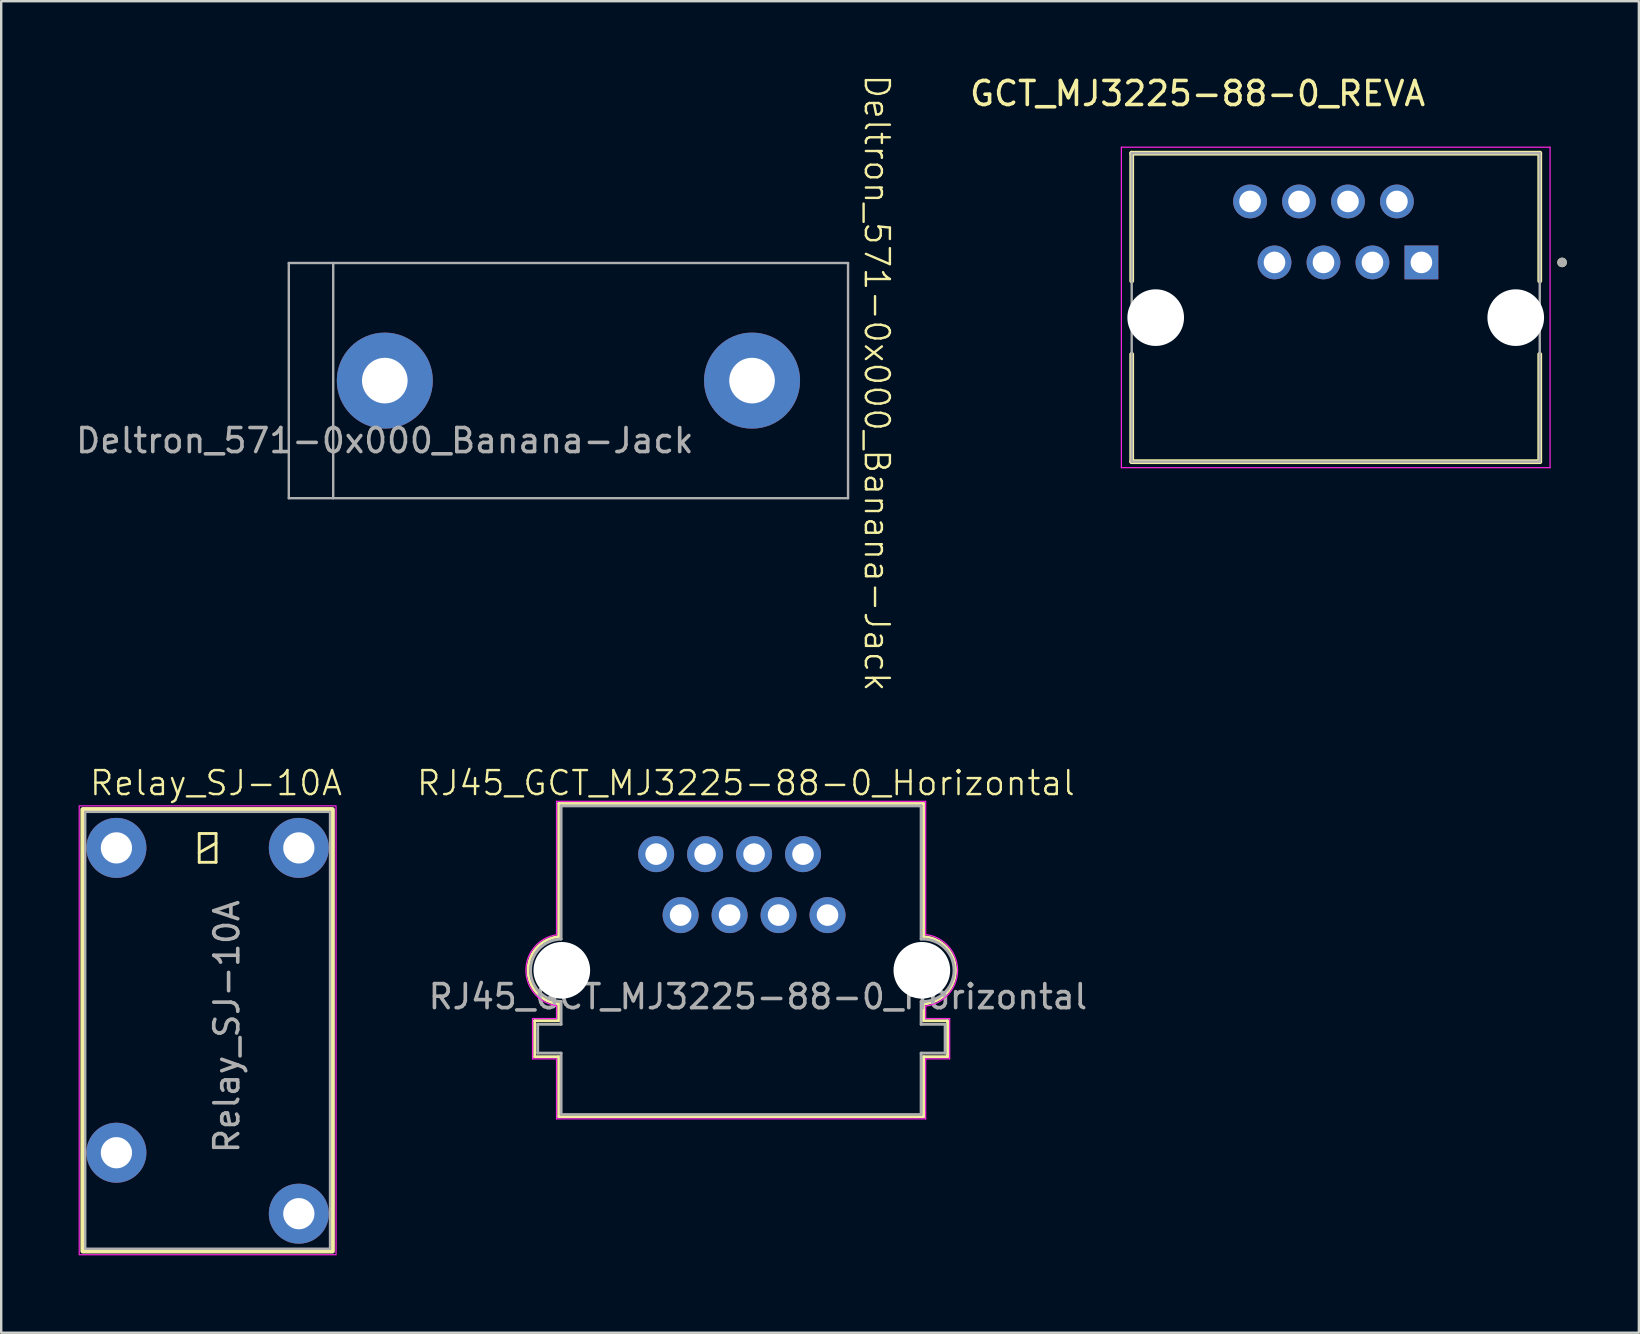
<source format=kicad_pcb>
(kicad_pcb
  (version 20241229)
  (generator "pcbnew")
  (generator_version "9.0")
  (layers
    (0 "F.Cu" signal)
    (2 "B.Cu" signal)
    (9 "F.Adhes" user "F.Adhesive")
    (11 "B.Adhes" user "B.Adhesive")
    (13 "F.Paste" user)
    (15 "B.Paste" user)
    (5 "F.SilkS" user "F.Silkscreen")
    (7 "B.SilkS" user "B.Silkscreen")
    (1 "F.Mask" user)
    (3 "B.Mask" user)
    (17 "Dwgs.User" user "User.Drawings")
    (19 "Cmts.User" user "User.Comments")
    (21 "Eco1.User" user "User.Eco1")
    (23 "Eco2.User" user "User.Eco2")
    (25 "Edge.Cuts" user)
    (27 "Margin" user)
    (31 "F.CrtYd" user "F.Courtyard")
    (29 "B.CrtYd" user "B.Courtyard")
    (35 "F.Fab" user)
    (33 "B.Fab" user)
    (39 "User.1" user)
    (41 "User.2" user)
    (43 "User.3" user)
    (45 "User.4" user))
  (footprint "Relay_SJ-10A"
    (layer "F.Cu")
    (at 0.25 49.225)
    (property "Reference" "Relay_SJ-10A" (at 5.7 -19.65 0) (unlocked yes) (layer "F.SilkS") (effects (font (size 1 1) (thickness 0.1))))
    (attr through_hole)
    (fp_line (start 5 -17.55) (end 5 -16.35) (stroke (width 0.12) (type solid)) (layer "F.SilkS"))
    (fp_line (start 5 -16.75) (end 5.7 -17.15) (stroke (width 0.12) (type solid)) (layer "F.SilkS"))
    (fp_line (start 5 -16.35) (end 5.7 -16.35) (stroke (width 0.12) (type solid)) (layer "F.SilkS"))
    (fp_line (start 5.7 -17.55) (end 5 -17.55) (stroke (width 0.12) (type solid)) (layer "F.SilkS"))
    (fp_line (start 5.7 -16.35) (end 5.7 -17.55) (stroke (width 0.12) (type solid)) (layer "F.SilkS"))
    (fp_rect (start 0.15 -18.55) (end 10.55 -0.15) (stroke (width 0.2) (type default)) (fill no) (layer "F.SilkS"))
    (fp_rect (start 0 -18.7) (end 10.7 0) (stroke (width 0.05) (type default)) (fill no) (layer "F.CrtYd"))
    (fp_line (start 0.25 -18.45) (end 0.25 -0.25) (stroke (width 0.1) (type solid)) (layer "F.Fab"))
    (fp_line (start 10.45 -18.45) (end 0.25 -18.45) (stroke (width 0.1) (type solid)) (layer "F.Fab"))
    (fp_line (start 10.45 -0.25) (end 0.25 -0.25) (stroke (width 0.1) (type solid)) (layer "F.Fab"))
    (fp_line (start 10.45 -0.25) (end 10.45 -18.45) (stroke (width 0.1) (type solid)) (layer "F.Fab"))
    (fp_text user "${REFERENCE}" (at 6.15 -9.5 90) (unlocked yes) (layer "F.Fab") (effects (font (size 1 1) (thickness 0.15))))
    (pad "13" thru_hole oval (at 1.55 -4.25) (size 2.5 2.5) (drill 1.3) (layers "*.Cu" "*.Mask"))
    (pad "14" thru_hole oval (at 9.15 -1.71) (size 2.5 2.5) (drill 1.3) (layers "*.Cu" "*.Mask"))
    (pad "A1" thru_hole circle (at 1.55 -16.95) (size 2.5 2.5) (drill 1.3) (layers "*.Cu" "*.Mask"))
    (pad "A2" thru_hole oval (at 9.15 -16.95) (size 2.5 2.5) (drill 1.3) (layers "*.Cu" "*.Mask")))
  (footprint "GCT_MJ3225-88-0_REVA"
    (layer "F.Cu")
    (at 52.599 9.758)
    (property "Reference" "GCT_MJ3225-88-0_REVA" (at -5.755 -8.91 0) (layer "F.SilkS") (effects (font (size 1 1) (thickness 0.15))))
    (attr through_hole)
    (fp_line (start -8.5 -6.425) (end -8.5 -1.105) (stroke (width 0.2) (type solid)) (layer "F.SilkS"))
    (fp_line (start -8.5 -6.425) (end 8.5 -6.425) (stroke (width 0.2) (type solid)) (layer "F.SilkS"))
    (fp_line (start -8.5 1.955) (end -8.5 6.425) (stroke (width 0.2) (type solid)) (layer "F.SilkS"))
    (fp_line (start -8.5 6.425) (end 8.5 6.425) (stroke (width 0.2) (type solid)) (layer "F.SilkS"))
    (fp_line (start 8.5 -6.425) (end 8.5 -1.105) (stroke (width 0.2) (type solid)) (layer "F.SilkS"))
    (fp_line (start 8.5 1.955) (end 8.5 6.425) (stroke (width 0.2) (type solid)) (layer "F.SilkS"))
    (fp_circle (center 9.43 -1.875) (end 9.53 -1.875) (stroke (width 0.2) (type solid)) (fill no) (layer "F.SilkS"))
    (fp_line (start -8.93 -6.675) (end -8.93 6.675) (stroke (width 0.05) (type solid)) (layer "F.CrtYd"))
    (fp_line (start -8.93 6.675) (end 8.93 6.675) (stroke (width 0.05) (type solid)) (layer "F.CrtYd"))
    (fp_line (start 8.93 -6.675) (end -8.93 -6.675) (stroke (width 0.05) (type solid)) (layer "F.CrtYd"))
    (fp_line (start 8.93 6.675) (end 8.93 -6.675) (stroke (width 0.05) (type solid)) (layer "F.CrtYd"))
    (fp_line (start -8.5 -6.425) (end -8.5 6.425) (stroke (width 0.1) (type solid)) (layer "F.Fab"))
    (fp_line (start -8.5 -6.425) (end 8.5 -6.425) (stroke (width 0.1) (type solid)) (layer "F.Fab"))
    (fp_line (start -8.5 6.425) (end 8.5 6.425) (stroke (width 0.1) (type solid)) (layer "F.Fab"))
    (fp_line (start 8.5 -6.425) (end 8.5 6.425) (stroke (width 0.1) (type solid)) (layer "F.Fab"))
    (fp_circle (center 9.43 -1.875) (end 9.53 -1.875) (stroke (width 0.2) (type solid)) (fill no) (layer "F.Fab"))
    (pad "" np_thru_hole circle (at -7.5 0.425) (size 2.36 2.36) (drill 2.36) (layers "*.Cu" "*.Mask"))
    (pad "" np_thru_hole circle (at 7.5 0.425) (size 2.36 2.36) (drill 2.36) (layers "*.Cu" "*.Mask"))
    (pad "1" thru_hole rect (at 3.57 -1.875) (size 1.408 1.408) (drill 0.9) (layers "*.Cu" "*.Mask"))
    (pad "2" thru_hole circle (at 2.55 -4.415) (size 1.408 1.408) (drill 0.9) (layers "*.Cu" "*.Mask"))
    (pad "3" thru_hole circle (at 1.53 -1.875) (size 1.408 1.408) (drill 0.9) (layers "*.Cu" "*.Mask"))
    (pad "4" thru_hole circle (at 0.51 -4.415) (size 1.408 1.408) (drill 0.9) (layers "*.Cu" "*.Mask"))
    (pad "5" thru_hole circle (at -0.51 -1.875) (size 1.408 1.408) (drill 0.9) (layers "*.Cu" "*.Mask"))
    (pad "6" thru_hole circle (at -1.53 -4.415) (size 1.408 1.408) (drill 0.9) (layers "*.Cu" "*.Mask"))
    (pad "7" thru_hole circle (at -2.55 -1.875) (size 1.408 1.408) (drill 0.9) (layers "*.Cu" "*.Mask"))
    (pad "8" thru_hole circle (at -3.57 -4.415) (size 1.408 1.408) (drill 0.9) (layers "*.Cu" "*.Mask")))
  (footprint "Deltron_571-0x000_Banana-Jack"
    (layer "F.Cu")
    (at 12.982 12.807)
    (property "Reference" "Deltron_571-0x000_Banana-Jack" (at 20.5 0.1 270) (unlocked yes) (layer "F.SilkS") (effects (font (size 1 1) (thickness 0.1))))
    (attr through_hole)
    (fp_line (start -4 -4.9) (end 19.3 -4.9) (stroke (width 0.1) (type default)) (layer "F.Fab"))
    (fp_line (start -4 4.9) (end -4 -4.9) (stroke (width 0.1) (type default)) (layer "F.Fab"))
    (fp_line (start -2.15 4.9) (end -2.15 -4.9) (stroke (width 0.1) (type default)) (layer "F.Fab"))
    (fp_line (start 19.3 -4.9) (end 19.3 4.9) (stroke (width 0.1) (type default)) (layer "F.Fab"))
    (fp_line (start 19.3 4.9) (end -4 4.9) (stroke (width 0.1) (type default)) (layer "F.Fab"))
    (fp_text user "${REFERENCE}" (at 0 2.5 0) (unlocked yes) (layer "F.Fab") (effects (font (size 1 1) (thickness 0.15))))
    (pad "1" thru_hole circle (at 0 0) (size 4 4) (drill 1.9) (layers "*.Cu" "*.Mask"))
    (pad "1" thru_hole circle (at 15.3 0) (size 4 4) (drill 1.9) (layers "*.Cu" "*.Mask")))
  (footprint "RJ45_GCT_MJ3225-88-0_Horizontal"
    (layer "F.Cu")
    (at 31.426 35.075)
    (property "Reference" "RJ45_GCT_MJ3225-88-0_Horizontal" (at -3.4 -5.5 0) (unlocked yes) (layer "F.SilkS") (effects (font (size 1 1) (thickness 0.1))))
    (attr through_hole)
    (fp_line (start -12.2 4.4) (end -12.2 5.9) (stroke (width 0.12) (type solid)) (layer "F.SilkS"))
    (fp_line (start -11.2 -4.65) (end -11.2 0.9) (stroke (width 0.12) (type solid)) (layer "F.SilkS"))
    (fp_line (start -11.2 -4.65) (end 4 -4.65) (stroke (width 0.12) (type solid)) (layer "F.SilkS"))
    (fp_line (start -11.2 3.7) (end -11.2 4.4) (stroke (width 0.12) (type solid)) (layer "F.SilkS"))
    (fp_line (start -11.2 4.4) (end -12.2 4.4) (stroke (width 0.12) (type solid)) (layer "F.SilkS"))
    (fp_line (start -11.2 5.9) (end -12.2 5.9) (stroke (width 0.12) (type solid)) (layer "F.SilkS"))
    (fp_line (start -11.2 8.4) (end -11.2 5.9) (stroke (width 0.12) (type solid)) (layer "F.SilkS"))
    (fp_line (start 4 -4.65) (end 4 0.9) (stroke (width 0.12) (type solid)) (layer "F.SilkS"))
    (fp_line (start 4 3.7) (end 4 4.4) (stroke (width 0.12) (type solid)) (layer "F.SilkS"))
    (fp_line (start 4 4.4) (end 5 4.4) (stroke (width 0.12) (type solid)) (layer "F.SilkS"))
    (fp_line (start 4 5.9) (end 5 5.9) (stroke (width 0.12) (type solid)) (layer "F.SilkS"))
    (fp_line (start 4 8.4) (end -11.2 8.4) (stroke (width 0.12) (type solid)) (layer "F.SilkS"))
    (fp_line (start 4 8.4) (end 4 5.9) (stroke (width 0.12) (type solid)) (layer "F.SilkS"))
    (fp_line (start 5 4.4) (end 5 5.9) (stroke (width 0.12) (type solid)) (layer "F.SilkS"))
    (fp_arc (start -11.2 3.699999) (mid -12.476022 2.3) (end -11.2 0.900001) (stroke (width 0.12) (type default)) (layer "F.SilkS"))
    (fp_arc (start 4 0.900002) (mid 5.331747 2.3) (end 4 3.699998) (stroke (width 0.12) (type default)) (layer "F.SilkS"))
    (fp_line (start -12.29 4.31) (end -12.29 5.99) (stroke (width 0.05) (type solid)) (layer "F.CrtYd"))
    (fp_line (start -11.29 -4.74) (end -11.29 0.821) (stroke (width 0.05) (type solid)) (layer "F.CrtYd"))
    (fp_line (start -11.29 -4.74) (end 4.09 -4.74) (stroke (width 0.05) (type solid)) (layer "F.CrtYd"))
    (fp_line (start -11.29 3.78) (end -11.29 4.31) (stroke (width 0.05) (type solid)) (layer "F.CrtYd"))
    (fp_line (start -11.29 4.31) (end -12.29 4.31) (stroke (width 0.05) (type solid)) (layer "F.CrtYd"))
    (fp_line (start -11.29 5.99) (end -12.29 5.99) (stroke (width 0.05) (type solid)) (layer "F.CrtYd"))
    (fp_line (start -11.29 8.49) (end -11.29 5.99) (stroke (width 0.05) (type solid)) (layer "F.CrtYd"))
    (fp_line (start 4.09 -4.74) (end 4.09 0.81) (stroke (width 0.05) (type solid)) (layer "F.CrtYd"))
    (fp_line (start 4.09 3.79) (end 4.09 4.31) (stroke (width 0.05) (type solid)) (layer "F.CrtYd"))
    (fp_line (start 4.09 4.31) (end 5.09 4.31) (stroke (width 0.05) (type solid)) (layer "F.CrtYd"))
    (fp_line (start 4.09 5.99) (end 5.09 5.99) (stroke (width 0.05) (type solid)) (layer "F.CrtYd"))
    (fp_line (start 4.09 8.49) (end -11.29 8.49) (stroke (width 0.05) (type solid)) (layer "F.CrtYd"))
    (fp_line (start 4.09 8.49) (end 4.09 5.99) (stroke (width 0.05) (type solid)) (layer "F.CrtYd"))
    (fp_line (start 5.09 4.31) (end 5.09 5.99) (stroke (width 0.05) (type solid)) (layer "F.CrtYd"))
    (fp_arc (start -11.289851 3.778999) (mid -12.56525 2.300075) (end -11.29 0.821023) (stroke (width 0.05) (type default)) (layer "F.CrtYd"))
    (fp_arc (start 4.09 0.810001) (mid 5.419189 2.3) (end 4.09 3.789999) (stroke (width 0.05) (type default)) (layer "F.CrtYd"))
    (fp_line (start -12.075 4.55) (end -12.075 5.75) (stroke (width 0.12) (type solid)) (layer "F.Fab"))
    (fp_line (start -11.1 -4.55) (end -11.1 1) (stroke (width 0.12) (type solid)) (layer "F.Fab"))
    (fp_line (start -11.1 -4.55) (end 3.9 -4.55) (stroke (width 0.12) (type solid)) (layer "F.Fab"))
    (fp_line (start -11.1 3.6) (end -11.1 4.55) (stroke (width 0.12) (type solid)) (layer "F.Fab"))
    (fp_line (start -11.1 4.55) (end -12.075 4.55) (stroke (width 0.12) (type solid)) (layer "F.Fab"))
    (fp_line (start -11.1 5.75) (end -12.075 5.75) (stroke (width 0.12) (type solid)) (layer "F.Fab"))
    (fp_line (start -11.1 8.3) (end -11.1 5.75) (stroke (width 0.12) (type solid)) (layer "F.Fab"))
    (fp_line (start -11.1 8.3) (end 3.9 8.3) (stroke (width 0.1) (type solid)) (layer "F.Fab"))
    (fp_line (start 3.9 -4.55) (end 3.9 1) (stroke (width 0.12) (type solid)) (layer "F.Fab"))
    (fp_line (start 3.9 3.6) (end 3.9 4.55) (stroke (width 0.12) (type solid)) (layer "F.Fab"))
    (fp_line (start 3.9 4.55) (end 4.9 4.55) (stroke (width 0.12) (type solid)) (layer "F.Fab"))
    (fp_line (start 3.9 5.75) (end 4.9 5.75) (stroke (width 0.12) (type solid)) (layer "F.Fab"))
    (fp_line (start 3.9 8.3) (end 3.9 5.75) (stroke (width 0.12) (type solid)) (layer "F.Fab"))
    (fp_line (start 4.9 4.55) (end 4.9 5.75) (stroke (width 0.12) (type solid)) (layer "F.Fab"))
    (fp_arc (start -11.1 3.6) (mid -12.370346 2.3) (end -11.1 1) (stroke (width 0.12) (type default)) (layer "F.Fab"))
    (fp_arc (start 3.9 1) (mid 5.271883 2.3) (end 3.9 3.6) (stroke (width 0.12) (type default)) (layer "F.Fab"))
    (fp_text user "${REFERENCE}" (at -2.9 3.4 0) (unlocked yes) (layer "F.Fab") (effects (font (size 1 1) (thickness 0.15))))
    (pad "" np_thru_hole circle (at -11.07 2.3) (size 2.36 2.36) (drill 2.36) (layers "*.Cu" "*.Mask"))
    (pad "" np_thru_hole circle (at 3.93 2.3) (size 2.36 2.36) (drill 2.36) (layers "*.Cu" "*.Mask"))
    (pad "1" thru_hole circle (at 0 0 180) (size 1.5 1.5) (drill 0.9) (layers "*.Cu" "*.Mask"))
    (pad "2" thru_hole circle (at -1.02 -2.54 180) (size 1.5 1.5) (drill 0.9) (layers "*.Cu" "*.Mask"))
    (pad "3" thru_hole circle (at -2.04 0 180) (size 1.5 1.5) (drill 0.9) (layers "*.Cu" "*.Mask"))
    (pad "4" thru_hole circle (at -3.06 -2.54 180) (size 1.5 1.5) (drill 0.9) (layers "*.Cu" "*.Mask"))
    (pad "5" thru_hole circle (at -4.08 0 180) (size 1.5 1.5) (drill 0.9) (layers "*.Cu" "*.Mask"))
    (pad "6" thru_hole circle (at -5.1 -2.54 180) (size 1.5 1.5) (drill 0.9) (layers "*.Cu" "*.Mask"))
    (pad "7" thru_hole circle (at -6.12 0 180) (size 1.5 1.5) (drill 0.9) (layers "*.Cu" "*.Mask"))
    (pad "8" thru_hole circle (at -7.14 -2.54 180) (size 1.5 1.5) (drill 0.9) (layers "*.Cu" "*.Mask")))
  (gr_rect
    (start -3 -3)
    (end 65.229 52.475)
    (stroke (width 0.1) (type default))
    (fill no)
    (layer "Edge.Cuts")))
</source>
